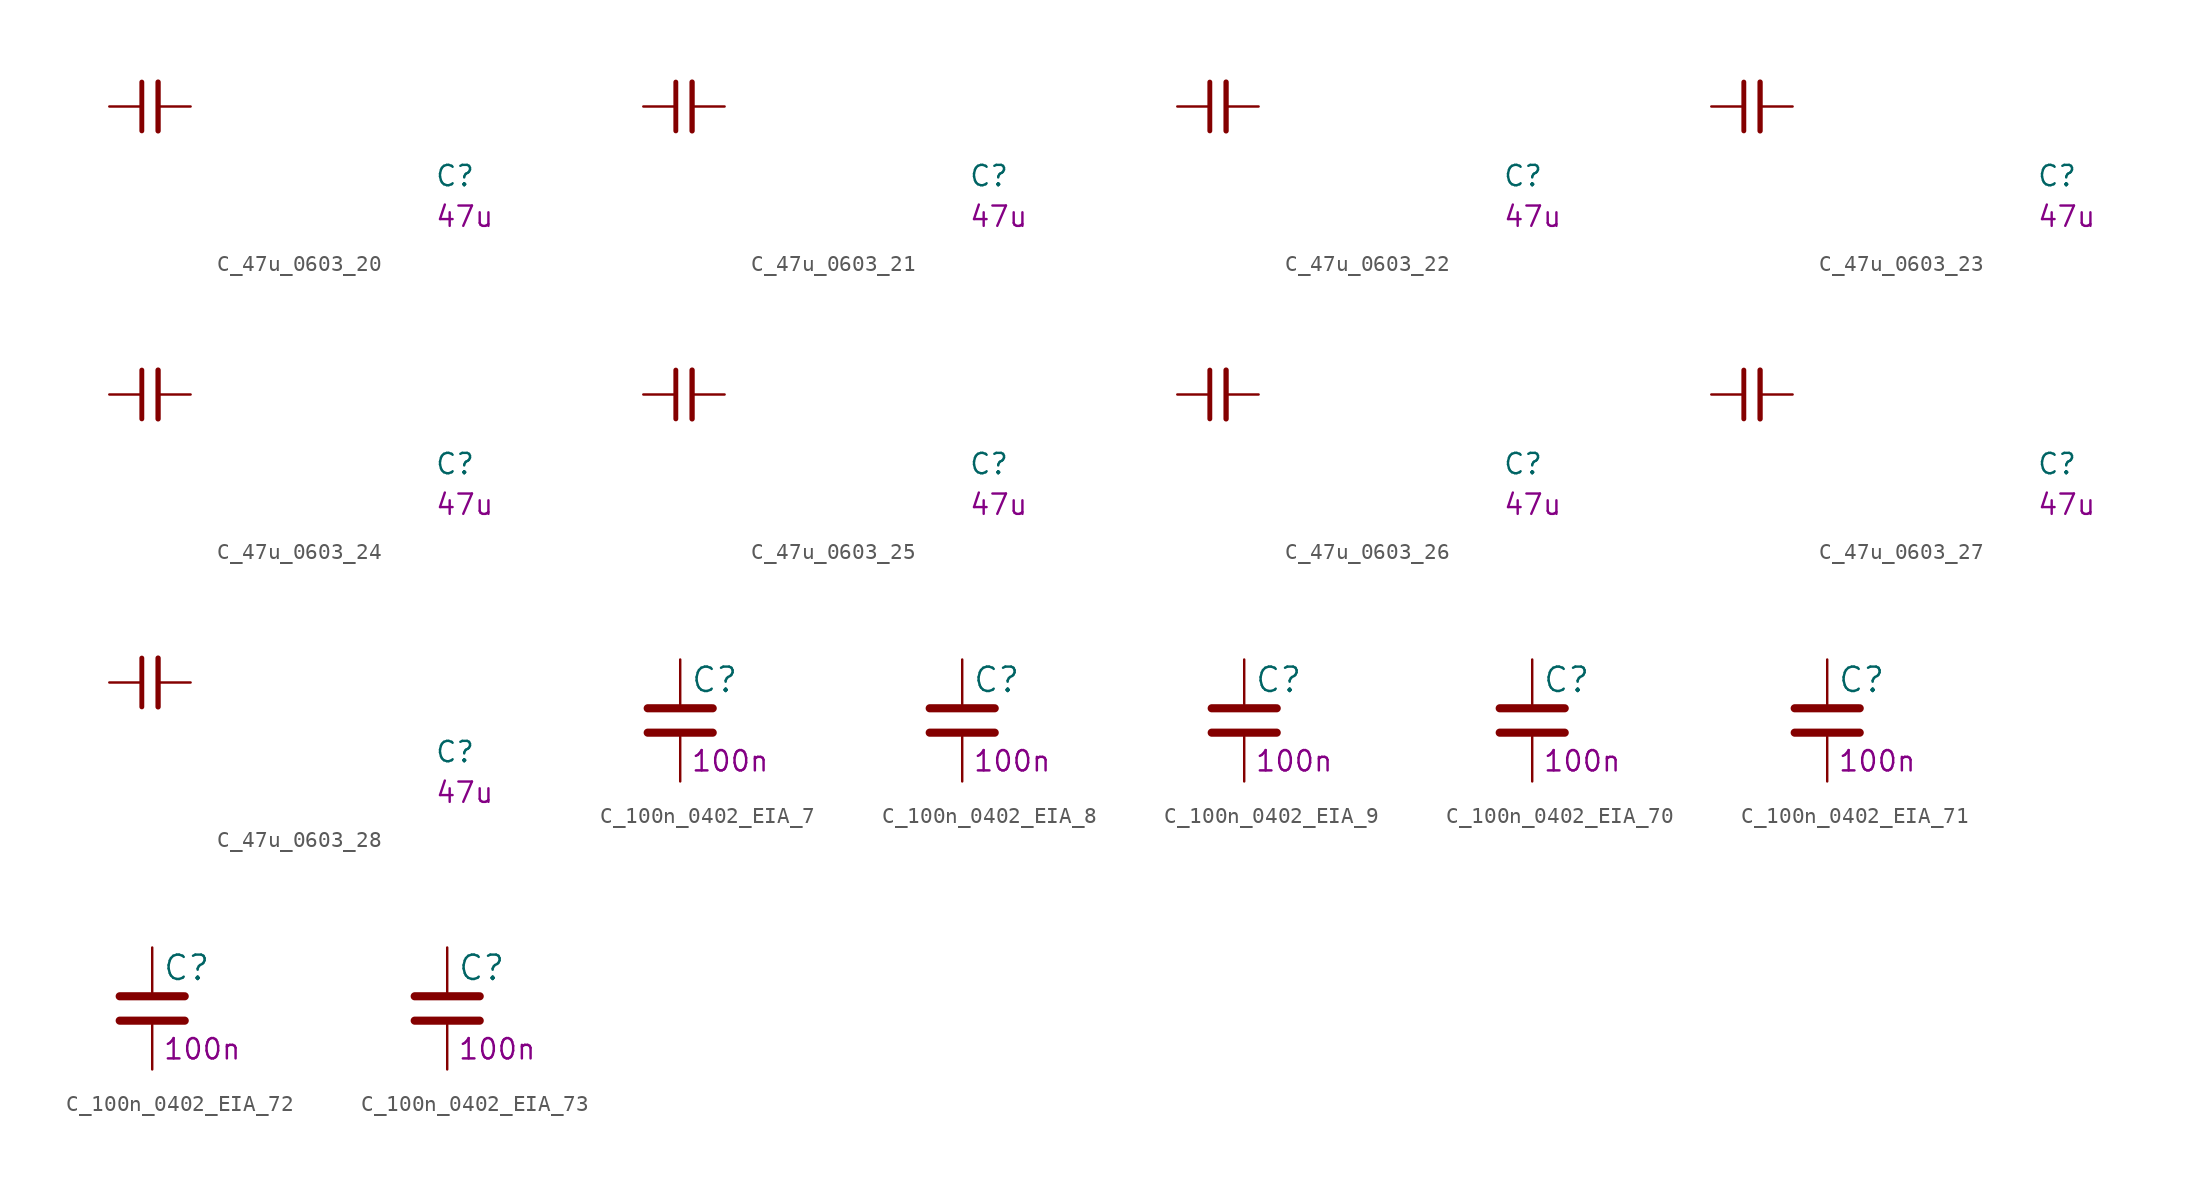
<source format=kicad_sym>
(kicad_symbol_lib
  (version 20211014)
  (generator kicad_symbol_editor)
  (symbol "K410T-devboard:C_47u_0603_20"
    (pin_numbers hide)
    (pin_names hide)
    (property "Reference" "C"
      (at 20.32 -5.08 0)
      (effects (font (size 1.27 1.27) (thickness 0.15)) (justify left bottom)))
    (property "Val" "47u"
      (at 20.32 -7.62 0)
      (effects (font (size 1.27 1.27) (thickness 0.15)) (justify left bottom)))
    (symbol "C_47u_0603_20_0_1"
      (polyline (pts (xy 2.032 -1.524) (xy 2.032 1.524)) (stroke (width 0.305) (type default)) (fill (type none)))
      (polyline (pts (xy 3.048 -1.524) (xy 3.048 1.524)) (stroke (width 0.33) (type default)) (fill (type none))))
    (symbol "C_47u_0603_20_1_1"
      (pin passive line (at 0 0 0) (length 2.032) (name "~" (effects (font (size 1.27 1.27)))) (number "1" (effects (font (size 1.27 1.27)))))
      (pin passive line (at 5.08 0 180) (length 2.032) (name "~" (effects (font (size 1.27 1.27)))) (number "2" (effects (font (size 1.27 1.27)))))))
  (symbol "K410T-devboard:C_47u_0603_21"
    (pin_numbers hide)
    (pin_names hide)
    (property "Reference" "C"
      (at 20.32 -5.08 0)
      (effects (font (size 1.27 1.27) (thickness 0.15)) (justify left bottom)))
    (property "Val" "47u"
      (at 20.32 -7.62 0)
      (effects (font (size 1.27 1.27) (thickness 0.15)) (justify left bottom)))
    (symbol "C_47u_0603_21_0_1"
      (polyline (pts (xy 2.032 -1.524) (xy 2.032 1.524)) (stroke (width 0.305) (type default)) (fill (type none)))
      (polyline (pts (xy 3.048 -1.524) (xy 3.048 1.524)) (stroke (width 0.33) (type default)) (fill (type none))))
    (symbol "C_47u_0603_21_1_1"
      (pin passive line (at 0 0 0) (length 2.032) (name "~" (effects (font (size 1.27 1.27)))) (number "1" (effects (font (size 1.27 1.27)))))
      (pin passive line (at 5.08 0 180) (length 2.032) (name "~" (effects (font (size 1.27 1.27)))) (number "2" (effects (font (size 1.27 1.27)))))))
  (symbol "K410T-devboard:C_47u_0603_22"
    (pin_numbers hide)
    (pin_names hide)
    (property "Reference" "C"
      (at 20.32 -5.08 0)
      (effects (font (size 1.27 1.27) (thickness 0.15)) (justify left bottom)))
    (property "Val" "47u"
      (at 20.32 -7.62 0)
      (effects (font (size 1.27 1.27) (thickness 0.15)) (justify left bottom)))
    (symbol "C_47u_0603_22_0_1"
      (polyline (pts (xy 2.032 -1.524) (xy 2.032 1.524)) (stroke (width 0.305) (type default)) (fill (type none)))
      (polyline (pts (xy 3.048 -1.524) (xy 3.048 1.524)) (stroke (width 0.33) (type default)) (fill (type none))))
    (symbol "C_47u_0603_22_1_1"
      (pin passive line (at 0 0 0) (length 2.032) (name "~" (effects (font (size 1.27 1.27)))) (number "1" (effects (font (size 1.27 1.27)))))
      (pin passive line (at 5.08 0 180) (length 2.032) (name "~" (effects (font (size 1.27 1.27)))) (number "2" (effects (font (size 1.27 1.27)))))))
  (symbol "K410T-devboard:C_47u_0603_23"
    (pin_numbers hide)
    (pin_names hide)
    (property "Reference" "C"
      (at 20.32 -5.08 0)
      (effects (font (size 1.27 1.27) (thickness 0.15)) (justify left bottom)))
    (property "Val" "47u"
      (at 20.32 -7.62 0)
      (effects (font (size 1.27 1.27) (thickness 0.15)) (justify left bottom)))
    (symbol "C_47u_0603_23_0_1"
      (polyline (pts (xy 2.032 -1.524) (xy 2.032 1.524)) (stroke (width 0.305) (type default)) (fill (type none)))
      (polyline (pts (xy 3.048 -1.524) (xy 3.048 1.524)) (stroke (width 0.33) (type default)) (fill (type none))))
    (symbol "C_47u_0603_23_1_1"
      (pin passive line (at 0 0 0) (length 2.032) (name "~" (effects (font (size 1.27 1.27)))) (number "1" (effects (font (size 1.27 1.27)))))
      (pin passive line (at 5.08 0 180) (length 2.032) (name "~" (effects (font (size 1.27 1.27)))) (number "2" (effects (font (size 1.27 1.27)))))))
  (symbol "K410T-devboard:C_47u_0603_24"
    (pin_numbers hide)
    (pin_names hide)
    (property "Reference" "C"
      (at 20.32 -5.08 0)
      (effects (font (size 1.27 1.27) (thickness 0.15)) (justify left bottom)))
    (property "Val" "47u"
      (at 20.32 -7.62 0)
      (effects (font (size 1.27 1.27) (thickness 0.15)) (justify left bottom)))
    (symbol "C_47u_0603_24_0_1"
      (polyline (pts (xy 2.032 -1.524) (xy 2.032 1.524)) (stroke (width 0.305) (type default)) (fill (type none)))
      (polyline (pts (xy 3.048 -1.524) (xy 3.048 1.524)) (stroke (width 0.33) (type default)) (fill (type none))))
    (symbol "C_47u_0603_24_1_1"
      (pin passive line (at 0 0 0) (length 2.032) (name "~" (effects (font (size 1.27 1.27)))) (number "1" (effects (font (size 1.27 1.27)))))
      (pin passive line (at 5.08 0 180) (length 2.032) (name "~" (effects (font (size 1.27 1.27)))) (number "2" (effects (font (size 1.27 1.27)))))))
  (symbol "K410T-devboard:C_47u_0603_25"
    (pin_numbers hide)
    (pin_names hide)
    (property "Reference" "C"
      (at 20.32 -5.08 0)
      (effects (font (size 1.27 1.27) (thickness 0.15)) (justify left bottom)))
    (property "Val" "47u"
      (at 20.32 -7.62 0)
      (effects (font (size 1.27 1.27) (thickness 0.15)) (justify left bottom)))
    (symbol "C_47u_0603_25_0_1"
      (polyline (pts (xy 2.032 -1.524) (xy 2.032 1.524)) (stroke (width 0.305) (type default)) (fill (type none)))
      (polyline (pts (xy 3.048 -1.524) (xy 3.048 1.524)) (stroke (width 0.33) (type default)) (fill (type none))))
    (symbol "C_47u_0603_25_1_1"
      (pin passive line (at 0 0 0) (length 2.032) (name "~" (effects (font (size 1.27 1.27)))) (number "1" (effects (font (size 1.27 1.27)))))
      (pin passive line (at 5.08 0 180) (length 2.032) (name "~" (effects (font (size 1.27 1.27)))) (number "2" (effects (font (size 1.27 1.27)))))))
  (symbol "K410T-devboard:C_47u_0603_26"
    (pin_numbers hide)
    (pin_names hide)
    (property "Reference" "C"
      (at 20.32 -5.08 0)
      (effects (font (size 1.27 1.27) (thickness 0.15)) (justify left bottom)))
    (property "Val" "47u"
      (at 20.32 -7.62 0)
      (effects (font (size 1.27 1.27) (thickness 0.15)) (justify left bottom)))
    (symbol "C_47u_0603_26_0_1"
      (polyline (pts (xy 2.032 -1.524) (xy 2.032 1.524)) (stroke (width 0.305) (type default)) (fill (type none)))
      (polyline (pts (xy 3.048 -1.524) (xy 3.048 1.524)) (stroke (width 0.33) (type default)) (fill (type none))))
    (symbol "C_47u_0603_26_1_1"
      (pin passive line (at 0 0 0) (length 2.032) (name "~" (effects (font (size 1.27 1.27)))) (number "1" (effects (font (size 1.27 1.27)))))
      (pin passive line (at 5.08 0 180) (length 2.032) (name "~" (effects (font (size 1.27 1.27)))) (number "2" (effects (font (size 1.27 1.27)))))))
  (symbol "K410T-devboard:C_47u_0603_27"
    (pin_numbers hide)
    (pin_names hide)
    (property "Reference" "C"
      (at 20.32 -5.08 0)
      (effects (font (size 1.27 1.27) (thickness 0.15)) (justify left bottom)))
    (property "Val" "47u"
      (at 20.32 -7.62 0)
      (effects (font (size 1.27 1.27) (thickness 0.15)) (justify left bottom)))
    (symbol "C_47u_0603_27_0_1"
      (polyline (pts (xy 2.032 -1.524) (xy 2.032 1.524)) (stroke (width 0.305) (type default)) (fill (type none)))
      (polyline (pts (xy 3.048 -1.524) (xy 3.048 1.524)) (stroke (width 0.33) (type default)) (fill (type none))))
    (symbol "C_47u_0603_27_1_1"
      (pin passive line (at 0 0 0) (length 2.032) (name "~" (effects (font (size 1.27 1.27)))) (number "1" (effects (font (size 1.27 1.27)))))
      (pin passive line (at 5.08 0 180) (length 2.032) (name "~" (effects (font (size 1.27 1.27)))) (number "2" (effects (font (size 1.27 1.27)))))))
  (symbol "K410T-devboard:C_47u_0603_28"
    (pin_numbers hide)
    (pin_names hide)
    (property "Reference" "C"
      (at 20.32 -5.08 0)
      (effects (font (size 1.27 1.27) (thickness 0.15)) (justify left bottom)))
    (property "Val" "47u"
      (at 20.32 -7.62 0)
      (effects (font (size 1.27 1.27) (thickness 0.15)) (justify left bottom)))
    (symbol "C_47u_0603_28_0_1"
      (polyline (pts (xy 2.032 -1.524) (xy 2.032 1.524)) (stroke (width 0.305) (type default)) (fill (type none)))
      (polyline (pts (xy 3.048 -1.524) (xy 3.048 1.524)) (stroke (width 0.33) (type default)) (fill (type none))))
    (symbol "C_47u_0603_28_1_1"
      (pin passive line (at 0 0 0) (length 2.032) (name "~" (effects (font (size 1.27 1.27)))) (number "1" (effects (font (size 1.27 1.27)))))
      (pin passive line (at 5.08 0 180) (length 2.032) (name "~" (effects (font (size 1.27 1.27)))) (number "2" (effects (font (size 1.27 1.27)))))))
  (symbol "K410T-devboard:C_100n_0402_EIA_7"
    (pin_names
      (offset 0))
    (property "Reference" "C"
      (at 0.635 2.54 0)
      (effects (font (size 1.524 1.524)) (justify left)))
    (property "Val" "100n"
      (at 0.635 -2.54 0)
      (effects (font (size 1.27 1.27)) (justify left)))
    (symbol "C_100n_0402_EIA_7_1_1"
      (polyline (pts (xy -2.032 -0.762) (xy 2.032 -0.762)) (stroke (width 0.508) (type default)) (fill (type none)))
      (polyline (pts (xy -2.032 0.762) (xy 2.032 0.762)) (stroke (width 0.508) (type default)) (fill (type none)))
      (pin passive line (at 0 3.81 270) (length 2.794) (name "~" (effects (font (size 0 0)))) (number "1" (effects (font (size 0 0)))))
      (pin passive line (at 0 -3.81 90) (length 2.794) (name "~" (effects (font (size 0 0)))) (number "2" (effects (font (size 0 0)))))))
  (symbol "K410T-devboard:C_100n_0402_EIA_8"
    (pin_names
      (offset 0))
    (property "Reference" "C"
      (at 0.635 2.54 0)
      (effects (font (size 1.524 1.524)) (justify left)))
    (property "Val" "100n"
      (at 0.635 -2.54 0)
      (effects (font (size 1.27 1.27)) (justify left)))
    (symbol "C_100n_0402_EIA_8_1_1"
      (polyline (pts (xy -2.032 -0.762) (xy 2.032 -0.762)) (stroke (width 0.508) (type default)) (fill (type none)))
      (polyline (pts (xy -2.032 0.762) (xy 2.032 0.762)) (stroke (width 0.508) (type default)) (fill (type none)))
      (pin passive line (at 0 3.81 270) (length 2.794) (name "~" (effects (font (size 0 0)))) (number "1" (effects (font (size 0 0)))))
      (pin passive line (at 0 -3.81 90) (length 2.794) (name "~" (effects (font (size 0 0)))) (number "2" (effects (font (size 0 0)))))))
  (symbol "K410T-devboard:C_100n_0402_EIA_9"
    (pin_names
      (offset 0))
    (property "Reference" "C"
      (at 0.635 2.54 0)
      (effects (font (size 1.524 1.524)) (justify left)))
    (property "Val" "100n"
      (at 0.635 -2.54 0)
      (effects (font (size 1.27 1.27)) (justify left)))
    (symbol "C_100n_0402_EIA_9_1_1"
      (polyline (pts (xy -2.032 -0.762) (xy 2.032 -0.762)) (stroke (width 0.508) (type default)) (fill (type none)))
      (polyline (pts (xy -2.032 0.762) (xy 2.032 0.762)) (stroke (width 0.508) (type default)) (fill (type none)))
      (pin passive line (at 0 3.81 270) (length 2.794) (name "~" (effects (font (size 0 0)))) (number "1" (effects (font (size 0 0)))))
      (pin passive line (at 0 -3.81 90) (length 2.794) (name "~" (effects (font (size 0 0)))) (number "2" (effects (font (size 0 0)))))))
  (symbol "K410T-devboard:C_100n_0402_EIA_70"
    (pin_names
      (offset 0))
    (property "Reference" "C"
      (at 0.635 2.54 0)
      (effects (font (size 1.524 1.524)) (justify left)))
    (property "Val" "100n"
      (at 0.635 -2.54 0)
      (effects (font (size 1.27 1.27)) (justify left)))
    (symbol "C_100n_0402_EIA_70_1_1"
      (polyline (pts (xy -2.032 -0.762) (xy 2.032 -0.762)) (stroke (width 0.508) (type default)) (fill (type none)))
      (polyline (pts (xy -2.032 0.762) (xy 2.032 0.762)) (stroke (width 0.508) (type default)) (fill (type none)))
      (pin passive line (at 0 3.81 270) (length 2.794) (name "~" (effects (font (size 0 0)))) (number "1" (effects (font (size 0 0)))))
      (pin passive line (at 0 -3.81 90) (length 2.794) (name "~" (effects (font (size 0 0)))) (number "2" (effects (font (size 0 0)))))))
  (symbol "K410T-devboard:C_100n_0402_EIA_71"
    (pin_names
      (offset 0))
    (property "Reference" "C"
      (at 0.635 2.54 0)
      (effects (font (size 1.524 1.524)) (justify left)))
    (property "Val" "100n"
      (at 0.635 -2.54 0)
      (effects (font (size 1.27 1.27)) (justify left)))
    (symbol "C_100n_0402_EIA_71_1_1"
      (polyline (pts (xy -2.032 -0.762) (xy 2.032 -0.762)) (stroke (width 0.508) (type default)) (fill (type none)))
      (polyline (pts (xy -2.032 0.762) (xy 2.032 0.762)) (stroke (width 0.508) (type default)) (fill (type none)))
      (pin passive line (at 0 3.81 270) (length 2.794) (name "~" (effects (font (size 0 0)))) (number "1" (effects (font (size 0 0)))))
      (pin passive line (at 0 -3.81 90) (length 2.794) (name "~" (effects (font (size 0 0)))) (number "2" (effects (font (size 0 0)))))))
  (symbol "K410T-devboard:C_100n_0402_EIA_72"
    (pin_names
      (offset 0))
    (property "Reference" "C"
      (at 0.635 2.54 0)
      (effects (font (size 1.524 1.524)) (justify left)))
    (property "Val" "100n"
      (at 0.635 -2.54 0)
      (effects (font (size 1.27 1.27)) (justify left)))
    (symbol "C_100n_0402_EIA_72_1_1"
      (polyline (pts (xy -2.032 -0.762) (xy 2.032 -0.762)) (stroke (width 0.508) (type default)) (fill (type none)))
      (polyline (pts (xy -2.032 0.762) (xy 2.032 0.762)) (stroke (width 0.508) (type default)) (fill (type none)))
      (pin passive line (at 0 3.81 270) (length 2.794) (name "~" (effects (font (size 0 0)))) (number "1" (effects (font (size 0 0)))))
      (pin passive line (at 0 -3.81 90) (length 2.794) (name "~" (effects (font (size 0 0)))) (number "2" (effects (font (size 0 0)))))))
  (symbol "K410T-devboard:C_100n_0402_EIA_73"
    (pin_names
      (offset 0))
    (property "Reference" "C"
      (at 0.635 2.54 0)
      (effects (font (size 1.524 1.524)) (justify left)))
    (property "Val" "100n"
      (at 0.635 -2.54 0)
      (effects (font (size 1.27 1.27)) (justify left)))
    (symbol "C_100n_0402_EIA_73_1_1"
      (polyline (pts (xy -2.032 -0.762) (xy 2.032 -0.762)) (stroke (width 0.508) (type default)) (fill (type none)))
      (polyline (pts (xy -2.032 0.762) (xy 2.032 0.762)) (stroke (width 0.508) (type default)) (fill (type none)))
      (pin passive line (at 0 3.81 270) (length 2.794) (name "~" (effects (font (size 0 0)))) (number "1" (effects (font (size 0 0)))))
      (pin passive line (at 0 -3.81 90) (length 2.794) (name "~" (effects (font (size 0 0)))) (number "2" (effects (font (size 0 0))))))))
</source>
